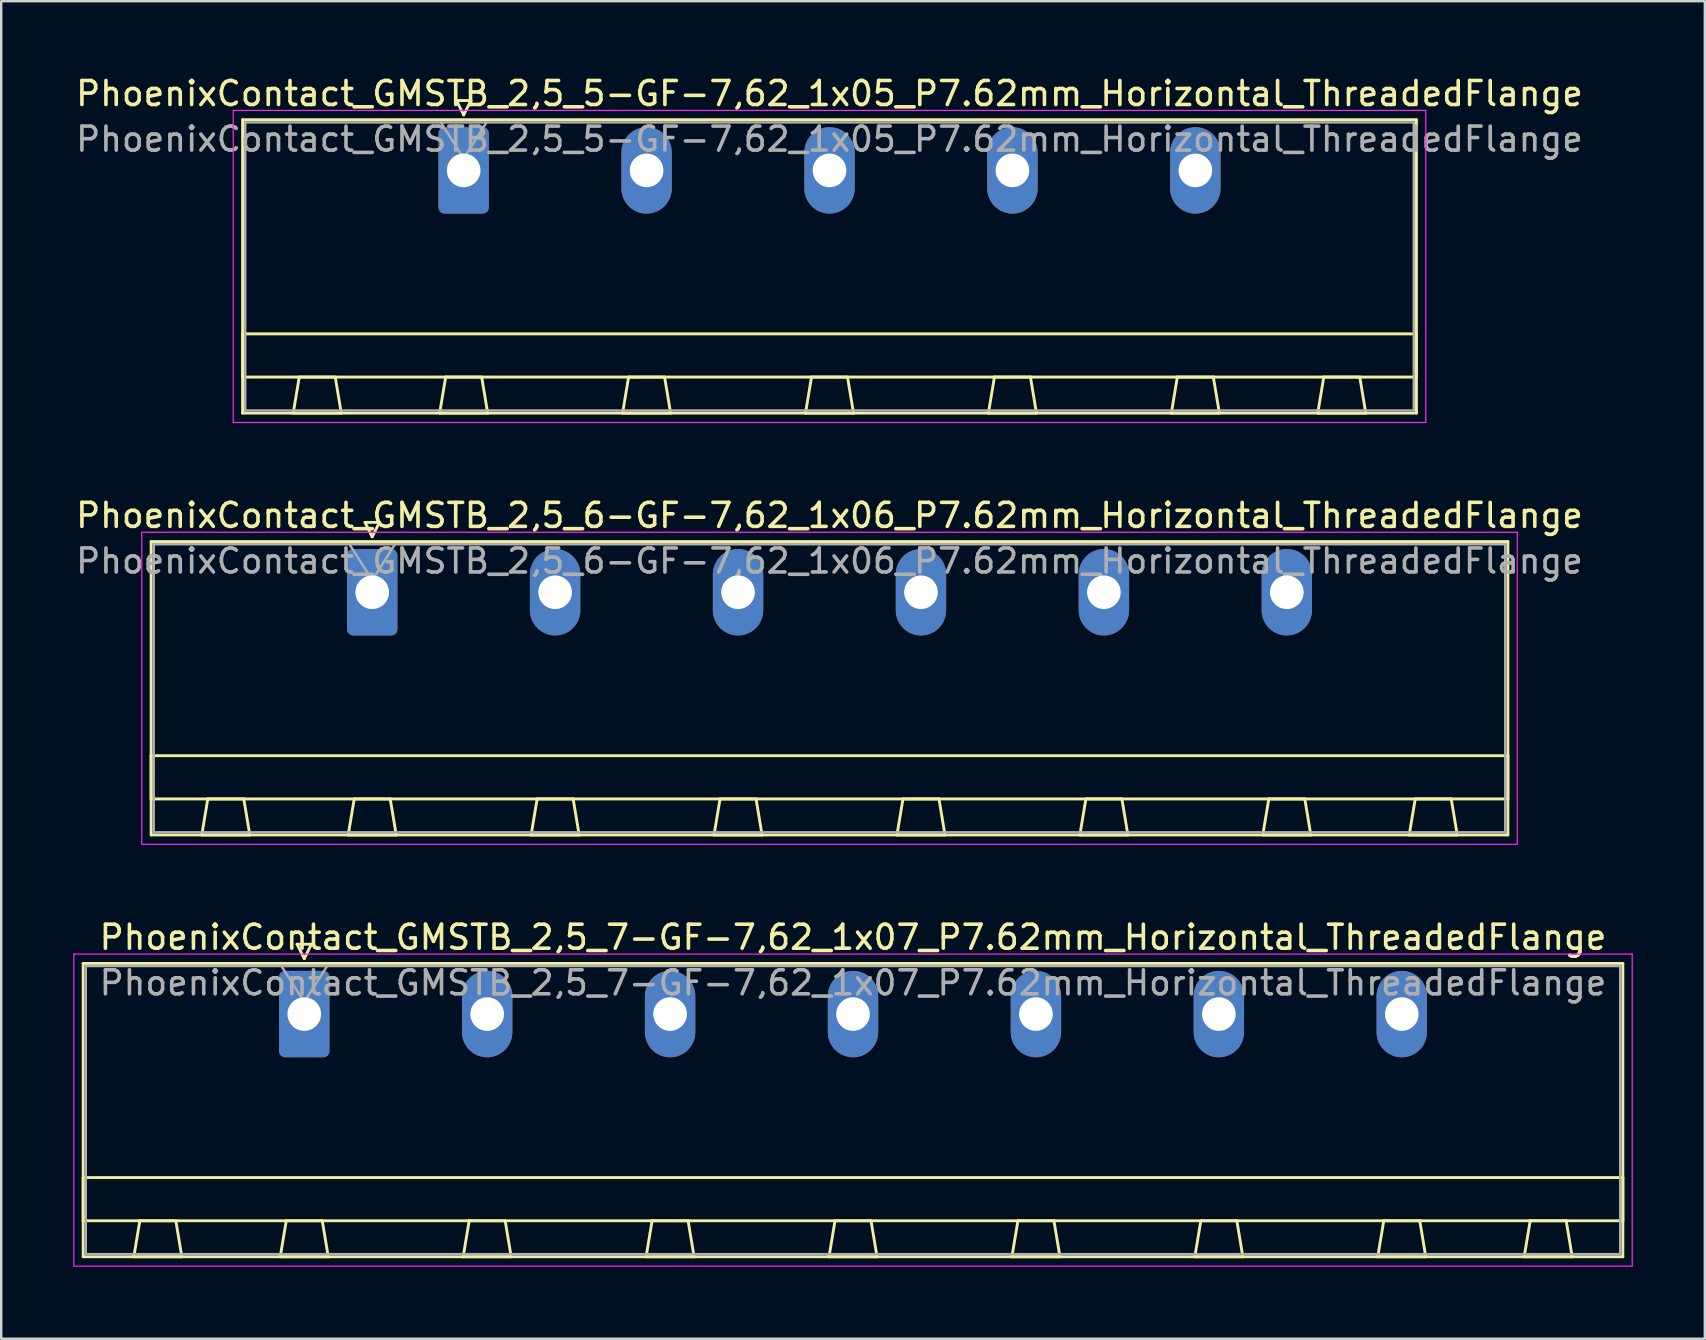
<source format=kicad_pcb>
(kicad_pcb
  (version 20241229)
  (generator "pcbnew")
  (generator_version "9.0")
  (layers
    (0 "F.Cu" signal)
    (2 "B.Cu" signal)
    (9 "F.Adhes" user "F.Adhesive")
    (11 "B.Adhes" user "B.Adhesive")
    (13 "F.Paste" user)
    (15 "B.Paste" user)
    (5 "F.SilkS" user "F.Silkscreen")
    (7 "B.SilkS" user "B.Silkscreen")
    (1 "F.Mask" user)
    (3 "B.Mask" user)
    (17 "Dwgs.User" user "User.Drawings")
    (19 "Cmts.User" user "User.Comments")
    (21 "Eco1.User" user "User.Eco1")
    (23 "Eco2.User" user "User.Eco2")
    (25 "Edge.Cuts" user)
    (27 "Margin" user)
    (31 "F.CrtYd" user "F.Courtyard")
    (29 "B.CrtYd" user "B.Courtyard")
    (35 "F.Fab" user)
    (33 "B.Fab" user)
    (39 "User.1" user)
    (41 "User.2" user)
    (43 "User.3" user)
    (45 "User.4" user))
  (footprint "PhoenixContact_GMSTB_2,5_5-GF-7,62_1x05_P7.62mm_Horizontal_ThreadedFlange"
    (layer "F.Cu")
    (at 16.266 4.048)
    (property "Reference" "PhoenixContact_GMSTB_2,5_5-GF-7,62_1x05_P7.62mm_Horizontal_ThreadedFlange" (at 15.24 -3.2 0) (layer "F.SilkS") (effects (font (size 1 1) (thickness 0.15))))
    (attr through_hole)
    (fp_line (start -9.21 -2.11) (end -9.21 10.11) (stroke (width 0.12) (type solid)) (layer "F.SilkS"))
    (fp_line (start -9.21 6.81) (end 39.69 6.81) (stroke (width 0.12) (type solid)) (layer "F.SilkS"))
    (fp_line (start -9.21 8.61) (end -9.21 6.81) (stroke (width 0.12) (type solid)) (layer "F.SilkS"))
    (fp_line (start -9.21 10.11) (end 39.69 10.11) (stroke (width 0.12) (type solid)) (layer "F.SilkS"))
    (fp_line (start -7.1 10.11) (end -5.1 10.11) (stroke (width 0.12) (type solid)) (layer "F.SilkS"))
    (fp_line (start -6.85 8.61) (end -7.1 10.11) (stroke (width 0.12) (type solid)) (layer "F.SilkS"))
    (fp_line (start -5.35 8.61) (end -6.85 8.61) (stroke (width 0.12) (type solid)) (layer "F.SilkS"))
    (fp_line (start -5.1 10.11) (end -5.35 8.61) (stroke (width 0.12) (type solid)) (layer "F.SilkS"))
    (fp_line (start -1 10.11) (end 1 10.11) (stroke (width 0.12) (type solid)) (layer "F.SilkS"))
    (fp_line (start -0.75 8.61) (end -1 10.11) (stroke (width 0.12) (type solid)) (layer "F.SilkS"))
    (fp_line (start -0.3 -2.91) (end 0.3 -2.91) (stroke (width 0.12) (type solid)) (layer "F.SilkS"))
    (fp_line (start 0 -2.31) (end -0.3 -2.91) (stroke (width 0.12) (type solid)) (layer "F.SilkS"))
    (fp_line (start 0.3 -2.91) (end 0 -2.31) (stroke (width 0.12) (type solid)) (layer "F.SilkS"))
    (fp_line (start 0.75 8.61) (end -0.75 8.61) (stroke (width 0.12) (type solid)) (layer "F.SilkS"))
    (fp_line (start 1 10.11) (end 0.75 8.61) (stroke (width 0.12) (type solid)) (layer "F.SilkS"))
    (fp_line (start 6.62 10.11) (end 8.62 10.11) (stroke (width 0.12) (type solid)) (layer "F.SilkS"))
    (fp_line (start 6.87 8.61) (end 6.62 10.11) (stroke (width 0.12) (type solid)) (layer "F.SilkS"))
    (fp_line (start 8.37 8.61) (end 6.87 8.61) (stroke (width 0.12) (type solid)) (layer "F.SilkS"))
    (fp_line (start 8.62 10.11) (end 8.37 8.61) (stroke (width 0.12) (type solid)) (layer "F.SilkS"))
    (fp_line (start 14.24 10.11) (end 16.24 10.11) (stroke (width 0.12) (type solid)) (layer "F.SilkS"))
    (fp_line (start 14.49 8.61) (end 14.24 10.11) (stroke (width 0.12) (type solid)) (layer "F.SilkS"))
    (fp_line (start 15.99 8.61) (end 14.49 8.61) (stroke (width 0.12) (type solid)) (layer "F.SilkS"))
    (fp_line (start 16.24 10.11) (end 15.99 8.61) (stroke (width 0.12) (type solid)) (layer "F.SilkS"))
    (fp_line (start 21.86 10.11) (end 23.86 10.11) (stroke (width 0.12) (type solid)) (layer "F.SilkS"))
    (fp_line (start 22.11 8.61) (end 21.86 10.11) (stroke (width 0.12) (type solid)) (layer "F.SilkS"))
    (fp_line (start 23.61 8.61) (end 22.11 8.61) (stroke (width 0.12) (type solid)) (layer "F.SilkS"))
    (fp_line (start 23.86 10.11) (end 23.61 8.61) (stroke (width 0.12) (type solid)) (layer "F.SilkS"))
    (fp_line (start 29.48 10.11) (end 31.48 10.11) (stroke (width 0.12) (type solid)) (layer "F.SilkS"))
    (fp_line (start 29.73 8.61) (end 29.48 10.11) (stroke (width 0.12) (type solid)) (layer "F.SilkS"))
    (fp_line (start 31.23 8.61) (end 29.73 8.61) (stroke (width 0.12) (type solid)) (layer "F.SilkS"))
    (fp_line (start 31.48 10.11) (end 31.23 8.61) (stroke (width 0.12) (type solid)) (layer "F.SilkS"))
    (fp_line (start 35.58 10.11) (end 37.58 10.11) (stroke (width 0.12) (type solid)) (layer "F.SilkS"))
    (fp_line (start 35.83 8.61) (end 35.58 10.11) (stroke (width 0.12) (type solid)) (layer "F.SilkS"))
    (fp_line (start 37.33 8.61) (end 35.83 8.61) (stroke (width 0.12) (type solid)) (layer "F.SilkS"))
    (fp_line (start 37.58 10.11) (end 37.33 8.61) (stroke (width 0.12) (type solid)) (layer "F.SilkS"))
    (fp_line (start 39.69 -2.11) (end -9.21 -2.11) (stroke (width 0.12) (type solid)) (layer "F.SilkS"))
    (fp_line (start 39.69 6.81) (end 39.69 8.61) (stroke (width 0.12) (type solid)) (layer "F.SilkS"))
    (fp_line (start 39.69 8.61) (end -9.21 8.61) (stroke (width 0.12) (type solid)) (layer "F.SilkS"))
    (fp_line (start 39.69 10.11) (end 39.69 -2.11) (stroke (width 0.12) (type solid)) (layer "F.SilkS"))
    (fp_line (start -9.6 -2.5) (end -9.6 10.5) (stroke (width 0.05) (type solid)) (layer "F.CrtYd"))
    (fp_line (start -9.6 10.5) (end 40.08 10.5) (stroke (width 0.05) (type solid)) (layer "F.CrtYd"))
    (fp_line (start 40.08 -2.5) (end -9.6 -2.5) (stroke (width 0.05) (type solid)) (layer "F.CrtYd"))
    (fp_line (start 40.08 10.5) (end 40.08 -2.5) (stroke (width 0.05) (type solid)) (layer "F.CrtYd"))
    (fp_line (start -9.1 -2) (end -9.1 10) (stroke (width 0.1) (type solid)) (layer "F.Fab"))
    (fp_line (start -9.1 10) (end 39.58 10) (stroke (width 0.1) (type solid)) (layer "F.Fab"))
    (fp_line (start 0 -0.5) (end -0.95 -2) (stroke (width 0.1) (type solid)) (layer "F.Fab"))
    (fp_line (start 0.95 -2) (end 0 -0.5) (stroke (width 0.1) (type solid)) (layer "F.Fab"))
    (fp_line (start 39.58 -2) (end -9.1 -2) (stroke (width 0.1) (type solid)) (layer "F.Fab"))
    (fp_line (start 39.58 10) (end 39.58 -2) (stroke (width 0.1) (type solid)) (layer "F.Fab"))
    (fp_text user "${REFERENCE}" (at 15.24 -1.3 0) (layer "F.Fab") (effects (font (size 1 1) (thickness 0.15))))
    (pad "1" thru_hole roundrect (at 0 0) (size 2.1 3.6) (drill 1.4) (layers "*.Cu" "*.Mask") (roundrect_rratio 0.119))
    (pad "2" thru_hole oval (at 7.62 0) (size 2.1 3.6) (drill 1.4) (layers "*.Cu" "*.Mask"))
    (pad "3" thru_hole oval (at 15.24 0) (size 2.1 3.6) (drill 1.4) (layers "*.Cu" "*.Mask"))
    (pad "4" thru_hole oval (at 22.86 0) (size 2.1 3.6) (drill 1.4) (layers "*.Cu" "*.Mask"))
    (pad "5" thru_hole oval (at 30.48 0) (size 2.1 3.6) (drill 1.4) (layers "*.Cu" "*.Mask")))
  (footprint "PhoenixContact_GMSTB_2,5_7-GF-7,62_1x07_P7.62mm_Horizontal_ThreadedFlange"
    (layer "F.Cu")
    (at 9.625 39.195)
    (property "Reference" "PhoenixContact_GMSTB_2,5_7-GF-7,62_1x07_P7.62mm_Horizontal_ThreadedFlange" (at 22.86 -3.2 0) (layer "F.SilkS") (effects (font (size 1 1) (thickness 0.15))))
    (attr through_hole)
    (fp_line (start -9.21 -2.11) (end -9.21 10.11) (stroke (width 0.12) (type solid)) (layer "F.SilkS"))
    (fp_line (start -9.21 6.81) (end 54.93 6.81) (stroke (width 0.12) (type solid)) (layer "F.SilkS"))
    (fp_line (start -9.21 8.61) (end -9.21 6.81) (stroke (width 0.12) (type solid)) (layer "F.SilkS"))
    (fp_line (start -9.21 10.11) (end 54.93 10.11) (stroke (width 0.12) (type solid)) (layer "F.SilkS"))
    (fp_line (start -7.1 10.11) (end -5.1 10.11) (stroke (width 0.12) (type solid)) (layer "F.SilkS"))
    (fp_line (start -6.85 8.61) (end -7.1 10.11) (stroke (width 0.12) (type solid)) (layer "F.SilkS"))
    (fp_line (start -5.35 8.61) (end -6.85 8.61) (stroke (width 0.12) (type solid)) (layer "F.SilkS"))
    (fp_line (start -5.1 10.11) (end -5.35 8.61) (stroke (width 0.12) (type solid)) (layer "F.SilkS"))
    (fp_line (start -1 10.11) (end 1 10.11) (stroke (width 0.12) (type solid)) (layer "F.SilkS"))
    (fp_line (start -0.75 8.61) (end -1 10.11) (stroke (width 0.12) (type solid)) (layer "F.SilkS"))
    (fp_line (start -0.3 -2.91) (end 0.3 -2.91) (stroke (width 0.12) (type solid)) (layer "F.SilkS"))
    (fp_line (start 0 -2.31) (end -0.3 -2.91) (stroke (width 0.12) (type solid)) (layer "F.SilkS"))
    (fp_line (start 0.3 -2.91) (end 0 -2.31) (stroke (width 0.12) (type solid)) (layer "F.SilkS"))
    (fp_line (start 0.75 8.61) (end -0.75 8.61) (stroke (width 0.12) (type solid)) (layer "F.SilkS"))
    (fp_line (start 1 10.11) (end 0.75 8.61) (stroke (width 0.12) (type solid)) (layer "F.SilkS"))
    (fp_line (start 6.62 10.11) (end 8.62 10.11) (stroke (width 0.12) (type solid)) (layer "F.SilkS"))
    (fp_line (start 6.87 8.61) (end 6.62 10.11) (stroke (width 0.12) (type solid)) (layer "F.SilkS"))
    (fp_line (start 8.37 8.61) (end 6.87 8.61) (stroke (width 0.12) (type solid)) (layer "F.SilkS"))
    (fp_line (start 8.62 10.11) (end 8.37 8.61) (stroke (width 0.12) (type solid)) (layer "F.SilkS"))
    (fp_line (start 14.24 10.11) (end 16.24 10.11) (stroke (width 0.12) (type solid)) (layer "F.SilkS"))
    (fp_line (start 14.49 8.61) (end 14.24 10.11) (stroke (width 0.12) (type solid)) (layer "F.SilkS"))
    (fp_line (start 15.99 8.61) (end 14.49 8.61) (stroke (width 0.12) (type solid)) (layer "F.SilkS"))
    (fp_line (start 16.24 10.11) (end 15.99 8.61) (stroke (width 0.12) (type solid)) (layer "F.SilkS"))
    (fp_line (start 21.86 10.11) (end 23.86 10.11) (stroke (width 0.12) (type solid)) (layer "F.SilkS"))
    (fp_line (start 22.11 8.61) (end 21.86 10.11) (stroke (width 0.12) (type solid)) (layer "F.SilkS"))
    (fp_line (start 23.61 8.61) (end 22.11 8.61) (stroke (width 0.12) (type solid)) (layer "F.SilkS"))
    (fp_line (start 23.86 10.11) (end 23.61 8.61) (stroke (width 0.12) (type solid)) (layer "F.SilkS"))
    (fp_line (start 29.48 10.11) (end 31.48 10.11) (stroke (width 0.12) (type solid)) (layer "F.SilkS"))
    (fp_line (start 29.73 8.61) (end 29.48 10.11) (stroke (width 0.12) (type solid)) (layer "F.SilkS"))
    (fp_line (start 31.23 8.61) (end 29.73 8.61) (stroke (width 0.12) (type solid)) (layer "F.SilkS"))
    (fp_line (start 31.48 10.11) (end 31.23 8.61) (stroke (width 0.12) (type solid)) (layer "F.SilkS"))
    (fp_line (start 37.1 10.11) (end 39.1 10.11) (stroke (width 0.12) (type solid)) (layer "F.SilkS"))
    (fp_line (start 37.35 8.61) (end 37.1 10.11) (stroke (width 0.12) (type solid)) (layer "F.SilkS"))
    (fp_line (start 38.85 8.61) (end 37.35 8.61) (stroke (width 0.12) (type solid)) (layer "F.SilkS"))
    (fp_line (start 39.1 10.11) (end 38.85 8.61) (stroke (width 0.12) (type solid)) (layer "F.SilkS"))
    (fp_line (start 44.72 10.11) (end 46.72 10.11) (stroke (width 0.12) (type solid)) (layer "F.SilkS"))
    (fp_line (start 44.97 8.61) (end 44.72 10.11) (stroke (width 0.12) (type solid)) (layer "F.SilkS"))
    (fp_line (start 46.47 8.61) (end 44.97 8.61) (stroke (width 0.12) (type solid)) (layer "F.SilkS"))
    (fp_line (start 46.72 10.11) (end 46.47 8.61) (stroke (width 0.12) (type solid)) (layer "F.SilkS"))
    (fp_line (start 50.82 10.11) (end 52.82 10.11) (stroke (width 0.12) (type solid)) (layer "F.SilkS"))
    (fp_line (start 51.07 8.61) (end 50.82 10.11) (stroke (width 0.12) (type solid)) (layer "F.SilkS"))
    (fp_line (start 52.57 8.61) (end 51.07 8.61) (stroke (width 0.12) (type solid)) (layer "F.SilkS"))
    (fp_line (start 52.82 10.11) (end 52.57 8.61) (stroke (width 0.12) (type solid)) (layer "F.SilkS"))
    (fp_line (start 54.93 -2.11) (end -9.21 -2.11) (stroke (width 0.12) (type solid)) (layer "F.SilkS"))
    (fp_line (start 54.93 6.81) (end 54.93 8.61) (stroke (width 0.12) (type solid)) (layer "F.SilkS"))
    (fp_line (start 54.93 8.61) (end -9.21 8.61) (stroke (width 0.12) (type solid)) (layer "F.SilkS"))
    (fp_line (start 54.93 10.11) (end 54.93 -2.11) (stroke (width 0.12) (type solid)) (layer "F.SilkS"))
    (fp_line (start -9.6 -2.5) (end -9.6 10.5) (stroke (width 0.05) (type solid)) (layer "F.CrtYd"))
    (fp_line (start -9.6 10.5) (end 55.32 10.5) (stroke (width 0.05) (type solid)) (layer "F.CrtYd"))
    (fp_line (start 55.32 -2.5) (end -9.6 -2.5) (stroke (width 0.05) (type solid)) (layer "F.CrtYd"))
    (fp_line (start 55.32 10.5) (end 55.32 -2.5) (stroke (width 0.05) (type solid)) (layer "F.CrtYd"))
    (fp_line (start -9.1 -2) (end -9.1 10) (stroke (width 0.1) (type solid)) (layer "F.Fab"))
    (fp_line (start -9.1 10) (end 54.82 10) (stroke (width 0.1) (type solid)) (layer "F.Fab"))
    (fp_line (start 0 -0.5) (end -0.95 -2) (stroke (width 0.1) (type solid)) (layer "F.Fab"))
    (fp_line (start 0.95 -2) (end 0 -0.5) (stroke (width 0.1) (type solid)) (layer "F.Fab"))
    (fp_line (start 54.82 -2) (end -9.1 -2) (stroke (width 0.1) (type solid)) (layer "F.Fab"))
    (fp_line (start 54.82 10) (end 54.82 -2) (stroke (width 0.1) (type solid)) (layer "F.Fab"))
    (fp_text user "${REFERENCE}" (at 22.86 -1.3 0) (layer "F.Fab") (effects (font (size 1 1) (thickness 0.15))))
    (pad "1" thru_hole roundrect (at 0 0) (size 2.1 3.6) (drill 1.4) (layers "*.Cu" "*.Mask") (roundrect_rratio 0.119))
    (pad "2" thru_hole oval (at 7.62 0) (size 2.1 3.6) (drill 1.4) (layers "*.Cu" "*.Mask"))
    (pad "3" thru_hole oval (at 15.24 0) (size 2.1 3.6) (drill 1.4) (layers "*.Cu" "*.Mask"))
    (pad "4" thru_hole oval (at 22.86 0) (size 2.1 3.6) (drill 1.4) (layers "*.Cu" "*.Mask"))
    (pad "5" thru_hole oval (at 30.48 0) (size 2.1 3.6) (drill 1.4) (layers "*.Cu" "*.Mask"))
    (pad "6" thru_hole oval (at 38.1 0) (size 2.1 3.6) (drill 1.4) (layers "*.Cu" "*.Mask"))
    (pad "7" thru_hole oval (at 45.72 0) (size 2.1 3.6) (drill 1.4) (layers "*.Cu" "*.Mask")))
  (footprint "PhoenixContact_GMSTB_2,5_6-GF-7,62_1x06_P7.62mm_Horizontal_ThreadedFlange"
    (layer "F.Cu")
    (at 12.456 21.622)
    (property "Reference" "PhoenixContact_GMSTB_2,5_6-GF-7,62_1x06_P7.62mm_Horizontal_ThreadedFlange" (at 19.05 -3.2 0) (layer "F.SilkS") (effects (font (size 1 1) (thickness 0.15))))
    (attr through_hole)
    (fp_line (start -9.21 -2.11) (end -9.21 10.11) (stroke (width 0.12) (type solid)) (layer "F.SilkS"))
    (fp_line (start -9.21 6.81) (end 47.31 6.81) (stroke (width 0.12) (type solid)) (layer "F.SilkS"))
    (fp_line (start -9.21 8.61) (end -9.21 6.81) (stroke (width 0.12) (type solid)) (layer "F.SilkS"))
    (fp_line (start -9.21 10.11) (end 47.31 10.11) (stroke (width 0.12) (type solid)) (layer "F.SilkS"))
    (fp_line (start -7.1 10.11) (end -5.1 10.11) (stroke (width 0.12) (type solid)) (layer "F.SilkS"))
    (fp_line (start -6.85 8.61) (end -7.1 10.11) (stroke (width 0.12) (type solid)) (layer "F.SilkS"))
    (fp_line (start -5.35 8.61) (end -6.85 8.61) (stroke (width 0.12) (type solid)) (layer "F.SilkS"))
    (fp_line (start -5.1 10.11) (end -5.35 8.61) (stroke (width 0.12) (type solid)) (layer "F.SilkS"))
    (fp_line (start -1 10.11) (end 1 10.11) (stroke (width 0.12) (type solid)) (layer "F.SilkS"))
    (fp_line (start -0.75 8.61) (end -1 10.11) (stroke (width 0.12) (type solid)) (layer "F.SilkS"))
    (fp_line (start -0.3 -2.91) (end 0.3 -2.91) (stroke (width 0.12) (type solid)) (layer "F.SilkS"))
    (fp_line (start 0 -2.31) (end -0.3 -2.91) (stroke (width 0.12) (type solid)) (layer "F.SilkS"))
    (fp_line (start 0.3 -2.91) (end 0 -2.31) (stroke (width 0.12) (type solid)) (layer "F.SilkS"))
    (fp_line (start 0.75 8.61) (end -0.75 8.61) (stroke (width 0.12) (type solid)) (layer "F.SilkS"))
    (fp_line (start 1 10.11) (end 0.75 8.61) (stroke (width 0.12) (type solid)) (layer "F.SilkS"))
    (fp_line (start 6.62 10.11) (end 8.62 10.11) (stroke (width 0.12) (type solid)) (layer "F.SilkS"))
    (fp_line (start 6.87 8.61) (end 6.62 10.11) (stroke (width 0.12) (type solid)) (layer "F.SilkS"))
    (fp_line (start 8.37 8.61) (end 6.87 8.61) (stroke (width 0.12) (type solid)) (layer "F.SilkS"))
    (fp_line (start 8.62 10.11) (end 8.37 8.61) (stroke (width 0.12) (type solid)) (layer "F.SilkS"))
    (fp_line (start 14.24 10.11) (end 16.24 10.11) (stroke (width 0.12) (type solid)) (layer "F.SilkS"))
    (fp_line (start 14.49 8.61) (end 14.24 10.11) (stroke (width 0.12) (type solid)) (layer "F.SilkS"))
    (fp_line (start 15.99 8.61) (end 14.49 8.61) (stroke (width 0.12) (type solid)) (layer "F.SilkS"))
    (fp_line (start 16.24 10.11) (end 15.99 8.61) (stroke (width 0.12) (type solid)) (layer "F.SilkS"))
    (fp_line (start 21.86 10.11) (end 23.86 10.11) (stroke (width 0.12) (type solid)) (layer "F.SilkS"))
    (fp_line (start 22.11 8.61) (end 21.86 10.11) (stroke (width 0.12) (type solid)) (layer "F.SilkS"))
    (fp_line (start 23.61 8.61) (end 22.11 8.61) (stroke (width 0.12) (type solid)) (layer "F.SilkS"))
    (fp_line (start 23.86 10.11) (end 23.61 8.61) (stroke (width 0.12) (type solid)) (layer "F.SilkS"))
    (fp_line (start 29.48 10.11) (end 31.48 10.11) (stroke (width 0.12) (type solid)) (layer "F.SilkS"))
    (fp_line (start 29.73 8.61) (end 29.48 10.11) (stroke (width 0.12) (type solid)) (layer "F.SilkS"))
    (fp_line (start 31.23 8.61) (end 29.73 8.61) (stroke (width 0.12) (type solid)) (layer "F.SilkS"))
    (fp_line (start 31.48 10.11) (end 31.23 8.61) (stroke (width 0.12) (type solid)) (layer "F.SilkS"))
    (fp_line (start 37.1 10.11) (end 39.1 10.11) (stroke (width 0.12) (type solid)) (layer "F.SilkS"))
    (fp_line (start 37.35 8.61) (end 37.1 10.11) (stroke (width 0.12) (type solid)) (layer "F.SilkS"))
    (fp_line (start 38.85 8.61) (end 37.35 8.61) (stroke (width 0.12) (type solid)) (layer "F.SilkS"))
    (fp_line (start 39.1 10.11) (end 38.85 8.61) (stroke (width 0.12) (type solid)) (layer "F.SilkS"))
    (fp_line (start 43.2 10.11) (end 45.2 10.11) (stroke (width 0.12) (type solid)) (layer "F.SilkS"))
    (fp_line (start 43.45 8.61) (end 43.2 10.11) (stroke (width 0.12) (type solid)) (layer "F.SilkS"))
    (fp_line (start 44.95 8.61) (end 43.45 8.61) (stroke (width 0.12) (type solid)) (layer "F.SilkS"))
    (fp_line (start 45.2 10.11) (end 44.95 8.61) (stroke (width 0.12) (type solid)) (layer "F.SilkS"))
    (fp_line (start 47.31 -2.11) (end -9.21 -2.11) (stroke (width 0.12) (type solid)) (layer "F.SilkS"))
    (fp_line (start 47.31 6.81) (end 47.31 8.61) (stroke (width 0.12) (type solid)) (layer "F.SilkS"))
    (fp_line (start 47.31 8.61) (end -9.21 8.61) (stroke (width 0.12) (type solid)) (layer "F.SilkS"))
    (fp_line (start 47.31 10.11) (end 47.31 -2.11) (stroke (width 0.12) (type solid)) (layer "F.SilkS"))
    (fp_line (start -9.6 -2.5) (end -9.6 10.5) (stroke (width 0.05) (type solid)) (layer "F.CrtYd"))
    (fp_line (start -9.6 10.5) (end 47.7 10.5) (stroke (width 0.05) (type solid)) (layer "F.CrtYd"))
    (fp_line (start 47.7 -2.5) (end -9.6 -2.5) (stroke (width 0.05) (type solid)) (layer "F.CrtYd"))
    (fp_line (start 47.7 10.5) (end 47.7 -2.5) (stroke (width 0.05) (type solid)) (layer "F.CrtYd"))
    (fp_line (start -9.1 -2) (end -9.1 10) (stroke (width 0.1) (type solid)) (layer "F.Fab"))
    (fp_line (start -9.1 10) (end 47.2 10) (stroke (width 0.1) (type solid)) (layer "F.Fab"))
    (fp_line (start 0 -0.5) (end -0.95 -2) (stroke (width 0.1) (type solid)) (layer "F.Fab"))
    (fp_line (start 0.95 -2) (end 0 -0.5) (stroke (width 0.1) (type solid)) (layer "F.Fab"))
    (fp_line (start 47.2 -2) (end -9.1 -2) (stroke (width 0.1) (type solid)) (layer "F.Fab"))
    (fp_line (start 47.2 10) (end 47.2 -2) (stroke (width 0.1) (type solid)) (layer "F.Fab"))
    (fp_text user "${REFERENCE}" (at 19.05 -1.3 0) (layer "F.Fab") (effects (font (size 1 1) (thickness 0.15))))
    (pad "1" thru_hole roundrect (at 0 0) (size 2.1 3.6) (drill 1.4) (layers "*.Cu" "*.Mask") (roundrect_rratio 0.119))
    (pad "2" thru_hole oval (at 7.62 0) (size 2.1 3.6) (drill 1.4) (layers "*.Cu" "*.Mask"))
    (pad "3" thru_hole oval (at 15.24 0) (size 2.1 3.6) (drill 1.4) (layers "*.Cu" "*.Mask"))
    (pad "4" thru_hole oval (at 22.86 0) (size 2.1 3.6) (drill 1.4) (layers "*.Cu" "*.Mask"))
    (pad "5" thru_hole oval (at 30.48 0) (size 2.1 3.6) (drill 1.4) (layers "*.Cu" "*.Mask"))
    (pad "6" thru_hole oval (at 38.1 0) (size 2.1 3.6) (drill 1.4) (layers "*.Cu" "*.Mask")))
  (gr_rect
    (start -3 -3)
    (end 67.97 52.72)
    (stroke (width 0.1) (type default))
    (fill no)
    (layer "Edge.Cuts")))
</source>
